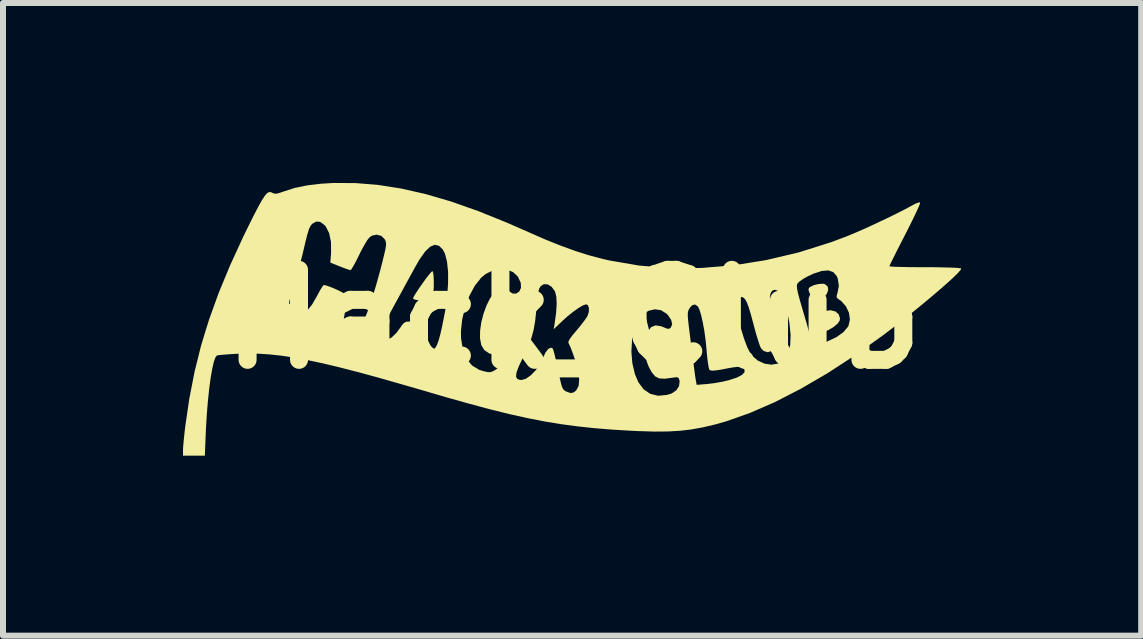
<source format=kicad_pcb>
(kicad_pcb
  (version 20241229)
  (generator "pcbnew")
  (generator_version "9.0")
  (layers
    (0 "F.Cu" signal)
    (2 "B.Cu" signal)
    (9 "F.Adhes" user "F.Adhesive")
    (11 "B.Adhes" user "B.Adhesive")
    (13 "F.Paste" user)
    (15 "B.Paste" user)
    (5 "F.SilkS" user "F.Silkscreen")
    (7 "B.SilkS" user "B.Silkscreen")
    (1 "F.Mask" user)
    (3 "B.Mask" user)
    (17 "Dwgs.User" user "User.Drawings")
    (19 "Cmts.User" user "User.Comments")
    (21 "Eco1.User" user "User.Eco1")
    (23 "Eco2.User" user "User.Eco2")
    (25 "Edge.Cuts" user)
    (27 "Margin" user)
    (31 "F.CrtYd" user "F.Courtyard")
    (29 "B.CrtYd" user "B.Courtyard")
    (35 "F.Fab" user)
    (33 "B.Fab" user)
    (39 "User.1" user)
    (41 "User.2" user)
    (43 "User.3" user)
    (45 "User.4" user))
  (footprint "Hack_Club"
    (layer "F.Cu")
    (at 6.505 2.269)
    (property "Reference" "Hack_Club" (at 0 0 0) (layer "F.SilkS") (effects (font (size 1.5 1.5) (thickness 0.3))))
    (attr board_only exclude_from_pos_files exclude_from_bom)
    (fp_poly (pts (xy 4.192 -0.584) (xy 4.239 -0.546) (xy 4.249 -0.488) (xy 4.225 -0.421) (xy 4.17 -0.355) (xy 4.125 -0.322) (xy 4.068 -0.29) (xy 4.03 -0.273) (xy 4.026 -0.272) (xy 4.007 -0.293) (xy 3.978 -0.346) (xy 3.957 -0.389) (xy 3.928 -0.459) (xy 3.919 -0.498) (xy 3.93 -0.522) (xy 3.948 -0.537) (xy 4.011 -0.567) (xy 4.091 -0.586) (xy 4.165 -0.59)) (stroke (width 0) (type solid)) (fill yes) (layer "F.SilkS"))
    (fp_poly (pts (xy 4.368 -0.129) (xy 4.423 -0.081) (xy 4.445 -0.014) (xy 4.44 0.024) (xy 4.405 0.074) (xy 4.341 0.129) (xy 4.261 0.177) (xy 4.183 0.209) (xy 4.178 0.21) (xy 4.14 0.215) (xy 4.117 0.201) (xy 4.1 0.156) (xy 4.085 0.099) (xy 4.069 0.023) (xy 4.058 -0.034) (xy 4.056 -0.051) (xy 4.078 -0.081) (xy 4.133 -0.111) (xy 4.205 -0.136) (xy 4.278 -0.148) (xy 4.289 -0.148)) (stroke (width 0) (type solid)) (fill yes) (layer "F.SilkS"))
    (fp_poly (pts (xy -2.335 -0.771) (xy -2.328 -0.706) (xy -2.325 -0.619) (xy -2.326 -0.524) (xy -2.332 -0.436) (xy -2.34 -0.374) (xy -2.352 -0.333) (xy -2.373 -0.31) (xy -2.415 -0.3) (xy -2.486 -0.303) (xy -2.591 -0.315) (xy -2.645 -0.327) (xy -2.671 -0.343) (xy -2.671 -0.345) (xy -2.658 -0.377) (xy -2.623 -0.435) (xy -2.573 -0.511) (xy -2.515 -0.594) (xy -2.457 -0.674) (xy -2.404 -0.742) (xy -2.365 -0.788) (xy -2.346 -0.801)) (stroke (width 0) (type solid)) (fill yes) (layer "F.SilkS"))
    (fp_poly (pts (xy -3.637 -2.268) (xy -3.26 -2.238) (xy -2.87 -2.177) (xy -2.463 -2.085) (xy -2.035 -1.96) (xy -1.584 -1.801) (xy -1.104 -1.607) (xy -0.789 -1.469) (xy -0.489 -1.337) (xy -0.221 -1.229) (xy 0.025 -1.139) (xy 0.258 -1.065) (xy 0.489 -1.004) (xy 0.601 -0.978) (xy 1.095 -0.893) (xy 1.608 -0.851) (xy 2.135 -0.853) (xy 2.671 -0.897) (xy 3.213 -0.984) (xy 3.756 -1.112) (xy 4.296 -1.282) (xy 4.549 -1.377) (xy 4.689 -1.435) (xy 4.855 -1.507) (xy 5.033 -1.589) (xy 5.213 -1.674) (xy 5.383 -1.757) (xy 5.531 -1.832) (xy 5.645 -1.894) (xy 5.645 -1.894) (xy 5.713 -1.929) (xy 5.763 -1.946) (xy 5.78 -1.944) (xy 5.775 -1.918) (xy 5.749 -1.855) (xy 5.705 -1.76) (xy 5.648 -1.641) (xy 5.579 -1.503) (xy 5.533 -1.412) (xy 5.458 -1.266) (xy 5.391 -1.135) (xy 5.336 -1.024) (xy 5.295 -0.942) (xy 5.272 -0.892) (xy 5.268 -0.882) (xy 5.292 -0.877) (xy 5.358 -0.873) (xy 5.46 -0.87) (xy 5.591 -0.867) (xy 5.745 -0.866) (xy 5.86 -0.866) (xy 6.026 -0.865) (xy 6.175 -0.862) (xy 6.301 -0.859) (xy 6.395 -0.854) (xy 6.452 -0.848) (xy 6.466 -0.844) (xy 6.454 -0.818) (xy 6.407 -0.766) (xy 6.33 -0.69) (xy 6.227 -0.596) (xy 6.101 -0.486) (xy 5.959 -0.365) (xy 5.803 -0.235) (xy 5.638 -0.101) (xy 5.468 0.034) (xy 5.299 0.165) (xy 5.157 0.273) (xy 4.691 0.606) (xy 4.234 0.903) (xy 3.789 1.162) (xy 3.359 1.383) (xy 2.945 1.563) (xy 2.552 1.702) (xy 2.361 1.756) (xy 2.163 1.803) (xy 1.975 1.837) (xy 1.784 1.86) (xy 1.582 1.872) (xy 1.357 1.874) (xy 1.098 1.866) (xy 0.958 1.86) (xy 0.645 1.841) (xy 0.35 1.817) (xy 0.068 1.787) (xy -0.208 1.75) (xy -0.486 1.704) (xy -0.772 1.648) (xy -1.072 1.581) (xy -1.394 1.501) (xy -1.744 1.407) (xy -2.129 1.299) (xy -2.424 1.212) (xy -2.852 1.088) (xy -3.237 0.978) (xy -3.326 0.954) (xy -0.955 0.954) (xy -0.937 0.994) (xy -0.892 1.012) (xy -0.861 1.014) (xy -0.789 0.993) (xy -0.707 0.935) (xy -0.627 0.852) (xy -0.556 0.751) (xy -0.505 0.645) (xy -0.464 0.557) (xy -0.419 0.498) (xy -0.374 0.475) (xy -0.345 0.486) (xy -0.332 0.517) (xy -0.313 0.587) (xy -0.289 0.684) (xy -0.264 0.8) (xy -0.263 0.804) (xy -0.234 0.945) (xy -0.211 1.046) (xy -0.193 1.114) (xy -0.175 1.157) (xy -0.155 1.183) (xy -0.131 1.2) (xy -0.116 1.207) (xy -0.046 1.232) (xy 0.006 1.222) (xy 0.049 1.187) (xy 0.089 1.113) (xy 0.098 1.002) (xy 0.078 0.855) (xy 0.028 0.675) (xy 0.023 0.66) (xy -0.012 0.559) (xy -0.019 0.541) (xy 0.968 0.541) (xy 0.984 0.735) (xy 1.027 0.916) (xy 1.084 1.051) (xy 1.171 1.169) (xy 1.283 1.245) (xy 1.414 1.277) (xy 1.56 1.263) (xy 1.639 1.239) (xy 1.714 1.189) (xy 1.762 1.117) (xy 1.772 1.037) (xy 1.77 1.023) (xy 1.756 0.983) (xy 1.73 0.968) (xy 1.678 0.972) (xy 1.65 0.977) (xy 1.524 0.993) (xy 1.433 0.988) (xy 1.365 0.954) (xy 1.309 0.888) (xy 1.258 0.795) (xy 1.226 0.713) (xy 1.208 0.622) (xy 1.202 0.504) (xy 1.201 0.482) (xy 1.211 0.323) (xy 1.243 0.207) (xy 1.297 0.133) (xy 1.371 0.104) (xy 1.466 0.119) (xy 1.503 0.134) (xy 1.563 0.159) (xy 1.6 0.16) (xy 1.625 0.141) (xy 1.648 0.086) (xy 1.632 0.015) (xy 1.587 -0.053) (xy 1.908 -0.053) (xy 1.915 0.032) (xy 1.925 0.12) (xy 1.955 0.36) (xy 1.98 0.556) (xy 2 0.711) (xy 2.015 0.831) (xy 2.027 0.92) (xy 2.036 0.981) (xy 2.041 1.011) (xy 2.056 1.095) (xy 2.234 1.081) (xy 2.354 1.066) (xy 2.49 1.042) (xy 2.594 1.017) (xy 2.724 0.975) (xy 2.811 0.93) (xy 2.855 0.884) (xy 2.851 0.838) (xy 2.845 0.83) (xy 2.821 0.807) (xy 2.787 0.796) (xy 2.736 0.795) (xy 2.656 0.805) (xy 2.54 0.826) (xy 2.508 0.833) (xy 2.395 0.852) (xy 2.322 0.859) (xy 2.281 0.853) (xy 2.27 0.846) (xy 2.258 0.811) (xy 2.245 0.738) (xy 2.232 0.637) (xy 2.221 0.518) (xy 2.221 0.514) (xy 2.206 0.358) (xy 2.185 0.203) (xy 2.159 0.059) (xy 2.131 -0.065) (xy 2.102 -0.159) (xy 2.081 -0.202) (xy 2.706 -0.202) (xy 2.718 -0.131) (xy 2.782 0.117) (xy 2.843 0.317) (xy 2.9 0.47) (xy 2.953 0.574) (xy 2.977 0.607) (xy 3.076 0.691) (xy 3.188 0.742) (xy 3.304 0.759) (xy 3.413 0.74) (xy 3.503 0.684) (xy 3.516 0.671) (xy 3.58 0.569) (xy 3.615 0.434) (xy 3.622 0.265) (xy 3.601 0.059) (xy 3.552 -0.186) (xy 3.544 -0.216) (xy 3.507 -0.329) (xy 3.46 -0.415) (xy 3.409 -0.471) (xy 3.359 -0.491) (xy 3.314 -0.473) (xy 3.287 -0.427) (xy 3.276 -0.371) (xy 3.282 -0.296) (xy 3.303 -0.198) (xy 3.323 -0.101) (xy 3.341 0.025) (xy 3.353 0.159) (xy 3.357 0.225) (xy 3.362 0.342) (xy 3.363 0.42) (xy 3.358 0.469) (xy 3.345 0.499) (xy 3.324 0.519) (xy 3.316 0.525) (xy 3.242 0.552) (xy 3.173 0.531) (xy 3.127 0.483) (xy 3.108 0.44) (xy 3.081 0.359) (xy 3.048 0.251) (xy 3.014 0.126) (xy 3.003 0.084) (xy 2.959 -0.079) (xy 2.923 -0.199) (xy 2.891 -0.283) (xy 2.86 -0.336) (xy 2.829 -0.363) (xy 2.794 -0.371) (xy 2.794 -0.371) (xy 2.74 -0.35) (xy 2.71 -0.291) (xy 2.706 -0.202) (xy 2.081 -0.202) (xy 2.075 -0.213) (xy 2.026 -0.245) (xy 1.976 -0.228) (xy 1.938 -0.183) (xy 1.919 -0.148) (xy 1.909 -0.109) (xy 1.908 -0.053) (xy 1.587 -0.053) (xy 1.58 -0.063) (xy 1.555 -0.09) (xy 1.462 -0.149) (xy 1.358 -0.164) (xy 1.254 -0.139) (xy 1.157 -0.074) (xy 1.078 0.024) (xy 1.015 0.173) (xy 0.979 0.35) (xy 0.968 0.541) (xy -0.019 0.541) (xy -0.045 0.474) (xy -0.07 0.418) (xy -0.078 0.403) (xy -0.082 0.377) (xy -0.06 0.332) (xy -0.009 0.263) (xy 0.047 0.197) (xy 0.119 0.11) (xy 0.182 0.028) (xy 0.227 -0.036) (xy 0.237 -0.054) (xy 0.259 -0.122) (xy 0.26 -0.187) (xy 0.242 -0.234) (xy 0.215 -0.247) (xy 0.165 -0.231) (xy 0.089 -0.187) (xy -0.003 -0.122) (xy -0.103 -0.041) (xy -0.182 0.03) (xy -0.327 0.168) (xy -0.312 0.078) (xy -0.287 -0.1) (xy -0.277 -0.253) (xy -0.283 -0.375) (xy -0.304 -0.459) (xy -0.306 -0.464) (xy -0.362 -0.54) (xy -0.396 -0.56) (xy 3.726 -0.56) (xy 3.729 -0.511) (xy 3.744 -0.435) (xy 3.773 -0.326) (xy 3.816 -0.177) (xy 3.82 -0.164) (xy 3.858 -0.035) (xy 3.891 0.078) (xy 3.915 0.165) (xy 3.93 0.218) (xy 3.932 0.231) (xy 3.941 0.264) (xy 3.963 0.321) (xy 3.968 0.335) (xy 3.998 0.389) (xy 4.037 0.415) (xy 4.096 0.415) (xy 4.184 0.39) (xy 4.232 0.372) (xy 4.384 0.301) (xy 4.501 0.218) (xy 4.577 0.128) (xy 4.587 0.11) (xy 4.61 0.007) (xy 4.595 -0.105) (xy 4.544 -0.213) (xy 4.465 -0.302) (xy 4.418 -0.334) (xy 4.389 -0.36) (xy 4.391 -0.4) (xy 4.401 -0.428) (xy 4.426 -0.555) (xy 4.407 -0.678) (xy 4.39 -0.718) (xy 4.333 -0.784) (xy 4.251 -0.812) (xy 4.141 -0.803) (xy 4.001 -0.757) (xy 3.91 -0.715) (xy 3.829 -0.669) (xy 3.765 -0.624) (xy 3.733 -0.59) (xy 3.726 -0.56) (xy -0.396 -0.56) (xy -0.428 -0.58) (xy -0.493 -0.582) (xy -0.547 -0.546) (xy -0.57 -0.505) (xy -0.581 -0.457) (xy -0.593 -0.372) (xy -0.606 -0.263) (xy -0.616 -0.155) (xy -0.635 0.026) (xy -0.661 0.177) (xy -0.698 0.314) (xy -0.752 0.455) (xy -0.828 0.617) (xy -0.845 0.652) (xy -0.909 0.788) (xy -0.946 0.887) (xy -0.955 0.954) (xy -3.326 0.954) (xy -3.583 0.884) (xy -3.894 0.804) (xy -4.174 0.737) (xy -4.427 0.683) (xy -4.657 0.64) (xy -4.867 0.609) (xy -5.062 0.588) (xy -5.245 0.576) (xy -5.421 0.572) (xy -5.578 0.576) (xy -5.702 0.583) (xy -5.811 0.591) (xy -5.893 0.598) (xy -5.938 0.606) (xy -5.94 0.606) (xy -5.966 0.64) (xy -5.993 0.718) (xy -6.019 0.835) (xy -6.045 0.985) (xy -6.069 1.164) (xy -6.09 1.366) (xy -6.108 1.586) (xy -6.122 1.819) (xy -6.126 1.911) (xy -6.141 2.275) (xy -6.323 2.275) (xy -6.505 2.275) (xy -6.505 2.182) (xy -6.502 2.12) (xy -6.493 2.023) (xy -6.481 1.905) (xy -6.468 1.792) (xy -6.4 1.327) (xy -6.313 0.88) (xy -6.204 0.442) (xy -6.14 0.231) (xy -3.203 0.231) (xy -3.202 0.278) (xy -3.185 0.31) (xy -3.159 0.331) (xy -3.1 0.341) (xy -3.028 0.306) (xy -2.948 0.229) (xy -2.894 0.156) (xy -2.853 0.098) (xy -2.821 0.062) (xy -2.784 0.043) (xy -2.732 0.04) (xy -2.653 0.049) (xy -2.556 0.064) (xy -2.479 0.075) (xy -2.538 0.266) (xy -2.571 0.374) (xy -2.589 0.446) (xy -2.593 0.492) (xy -2.585 0.522) (xy -2.564 0.548) (xy -2.558 0.555) (xy -2.515 0.586) (xy -2.468 0.588) (xy -2.403 0.558) (xy -2.382 0.545) (xy -2.335 0.513) (xy -2.298 0.475) (xy -2.269 0.423) (xy -2.242 0.347) (xy -2.213 0.239) (xy -2.205 0.203) (xy -1.873 0.203) (xy -1.871 0.318) (xy -1.841 0.508) (xy -1.78 0.659) (xy -1.688 0.772) (xy -1.566 0.846) (xy -1.498 0.867) (xy -1.426 0.883) (xy -1.378 0.883) (xy -1.334 0.866) (xy -1.291 0.841) (xy -1.22 0.786) (xy -1.191 0.729) (xy -1.197 0.656) (xy -1.197 0.655) (xy -1.22 0.61) (xy -1.268 0.594) (xy -1.288 0.594) (xy -1.399 0.573) (xy -1.484 0.515) (xy -1.534 0.43) (xy -1.555 0.319) (xy -1.553 0.189) (xy -1.533 0.049) (xy -1.496 -0.092) (xy -1.447 -0.226) (xy -1.388 -0.344) (xy -1.322 -0.439) (xy -1.253 -0.5) (xy -1.189 -0.519) (xy -1.121 -0.502) (xy -1.076 -0.47) (xy -1.013 -0.427) (xy -0.952 -0.426) (xy -0.901 -0.46) (xy -0.872 -0.521) (xy -0.875 -0.603) (xy -0.875 -0.604) (xy -0.924 -0.709) (xy -1.003 -0.783) (xy -1.105 -0.826) (xy -1.221 -0.836) (xy -1.343 -0.811) (xy -1.461 -0.752) (xy -1.538 -0.688) (xy -1.642 -0.556) (xy -1.732 -0.388) (xy -1.803 -0.197) (xy -1.852 0.004) (xy -1.873 0.203) (xy -2.205 0.203) (xy -2.188 0.128) (xy -2.137 -0.128) (xy -2.103 -0.37) (xy -2.087 -0.594) (xy -2.087 -0.792) (xy -2.105 -0.96) (xy -2.139 -1.091) (xy -2.176 -1.161) (xy -2.239 -1.223) (xy -2.309 -1.239) (xy -2.385 -1.207) (xy -2.469 -1.127) (xy -2.56 -0.999) (xy -2.634 -0.872) (xy -2.696 -0.758) (xy -2.775 -0.614) (xy -2.861 -0.456) (xy -2.948 -0.297) (xy -2.999 -0.204) (xy -3.084 -0.046) (xy -3.145 0.075) (xy -3.184 0.166) (xy -3.203 0.231) (xy -6.14 0.231) (xy -6.07 0.005) (xy -5.998 -0.194) (xy -4.744 -0.194) (xy -4.736 -0.151) (xy -4.716 -0.114) (xy -4.708 -0.102) (xy -4.666 -0.061) (xy -4.611 -0.056) (xy -4.595 -0.059) (xy -4.506 -0.091) (xy -4.427 -0.151) (xy -4.352 -0.246) (xy -4.28 -0.371) (xy -4.233 -0.458) (xy -4.193 -0.526) (xy -4.166 -0.564) (xy -4.16 -0.569) (xy -4.112 -0.559) (xy -4.039 -0.533) (xy -3.955 -0.498) (xy -3.873 -0.458) (xy -3.807 -0.422) (xy -3.768 -0.393) (xy -3.764 -0.386) (xy -3.765 -0.343) (xy -3.776 -0.267) (xy -3.794 -0.176) (xy -3.795 -0.174) (xy -3.824 -0.014) (xy -3.832 0.103) (xy -3.816 0.177) (xy -3.804 0.193) (xy -3.743 0.222) (xy -3.667 0.213) (xy -3.588 0.168) (xy -3.564 0.147) (xy -3.52 0.084) (xy -3.47 -0.023) (xy -3.412 -0.171) (xy -3.35 -0.356) (xy -3.284 -0.574) (xy -3.216 -0.821) (xy -3.184 -0.946) (xy -3.152 -1.076) (xy -3.131 -1.168) (xy -3.121 -1.23) (xy -3.121 -1.273) (xy -3.13 -1.305) (xy -3.142 -1.33) (xy -3.199 -1.387) (xy -3.275 -1.408) (xy -3.355 -1.392) (xy -3.399 -1.361) (xy -3.433 -1.318) (xy -3.479 -1.242) (xy -3.533 -1.144) (xy -3.573 -1.063) (xy -3.622 -0.964) (xy -3.666 -0.884) (xy -3.698 -0.831) (xy -3.713 -0.816) (xy -3.745 -0.825) (xy -3.809 -0.847) (xy -3.891 -0.879) (xy -3.892 -0.879) (xy -4.049 -0.942) (xy -4.037 -1.114) (xy -4.039 -1.288) (xy -4.069 -1.433) (xy -4.126 -1.544) (xy -4.149 -1.57) (xy -4.22 -1.622) (xy -4.286 -1.626) (xy -4.352 -1.588) (xy -4.379 -1.556) (xy -4.405 -1.501) (xy -4.432 -1.414) (xy -4.464 -1.289) (xy -4.479 -1.224) (xy -4.517 -1.064) (xy -4.564 -0.882) (xy -4.614 -0.704) (xy -4.65 -0.585) (xy -4.695 -0.437) (xy -4.725 -0.329) (xy -4.741 -0.251) (xy -4.744 -0.194) (xy -5.998 -0.194) (xy -5.91 -0.438) (xy -5.72 -0.897) (xy -5.498 -1.38) (xy -5.416 -1.547) (xy -5.325 -1.73) (xy -5.251 -1.872) (xy -5.192 -1.978) (xy -5.145 -2.051) (xy -5.107 -2.096) (xy -5.074 -2.117) (xy -5.044 -2.118) (xy -5.018 -2.106) (xy -4.981 -2.091) (xy -4.934 -2.093) (xy -4.863 -2.115) (xy -4.829 -2.127) (xy -4.641 -2.187) (xy -4.437 -2.229) (xy -4.205 -2.257) (xy -4.004 -2.269)) (stroke (width 0) (type solid)) (fill yes) (layer "F.SilkS")))
  (gr_rect
    (start -3 -3)
    (end 15.97 7.544)
    (stroke (width 0.1) (type default))
    (fill no)
    (layer "Edge.Cuts")))
</source>
